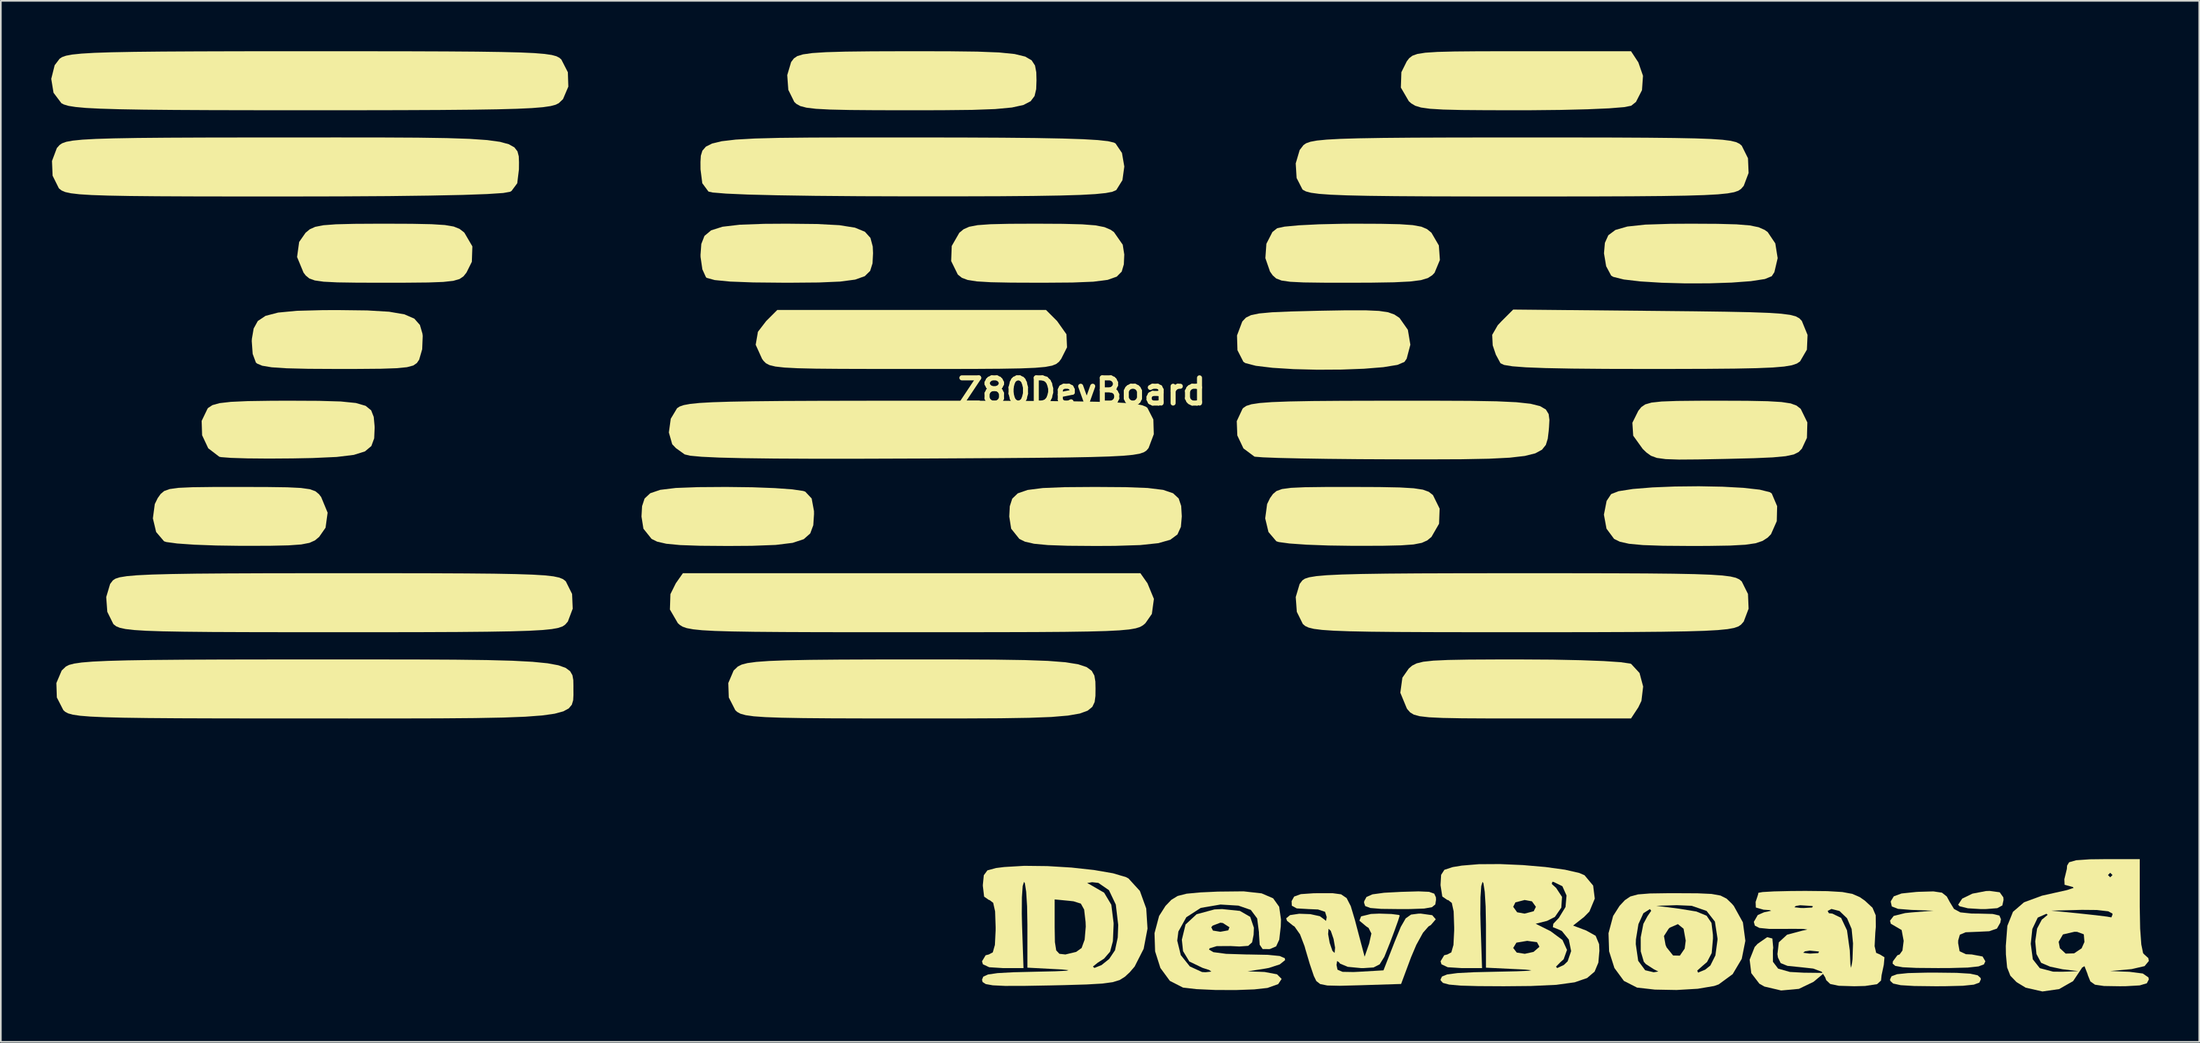
<source format=kicad_pcb>
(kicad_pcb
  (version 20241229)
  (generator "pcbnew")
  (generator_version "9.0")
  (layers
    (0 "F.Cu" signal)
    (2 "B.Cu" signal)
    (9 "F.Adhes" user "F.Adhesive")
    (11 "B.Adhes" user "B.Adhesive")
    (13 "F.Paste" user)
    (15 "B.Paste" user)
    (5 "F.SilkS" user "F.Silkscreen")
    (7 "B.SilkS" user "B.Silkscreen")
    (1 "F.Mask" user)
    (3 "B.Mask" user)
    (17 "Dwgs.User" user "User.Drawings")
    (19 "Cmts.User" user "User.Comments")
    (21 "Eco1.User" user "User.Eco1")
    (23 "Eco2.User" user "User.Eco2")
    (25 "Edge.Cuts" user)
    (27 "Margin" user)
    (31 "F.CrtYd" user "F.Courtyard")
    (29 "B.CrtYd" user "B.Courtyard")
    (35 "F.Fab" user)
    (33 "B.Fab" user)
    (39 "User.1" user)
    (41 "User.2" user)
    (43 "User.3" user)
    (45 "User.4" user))
  (footprint "Z80DevBoard"
    (layer "F.Cu")
    (at 61.341 20.266)
    (property "Reference" "Z80DevBoard" (at 0 0 0) (layer "F.SilkS") (effects (font (size 1.5 1.5) (thickness 0.3))))
    (attr board_only exclude_from_pos_files exclude_from_bom)
    (fp_poly (pts (xy 54.626 29.804) (xy 54.842 30.108) (xy 54.853 30.264) (xy 54.782 30.588) (xy 54.48 30.75) (xy 53.815 30.802) (xy 53.502 30.804) (xy 52.731 30.757) (xy 52.242 30.637) (xy 52.151 30.544) (xy 52.393 30.181) (xy 53.002 29.885) (xy 53.808 29.731) (xy 54.025 29.723)) (stroke (width 0) (type solid)) (fill yes) (layer "F.SilkS"))
    (fp_poly (pts (xy 41.095 32.555) (xy 41.145 33.107) (xy 41.126 33.266) (xy 41.13 33.943) (xy 41.439 34.35) (xy 42.137 34.547) (xy 42.964 34.592) (xy 44.18 34.605) (xy 43.542 35.137) (xy 42.674 35.554) (xy 41.616 35.65) (xy 40.62 35.416) (xy 40.322 35.247) (xy 39.84 34.619) (xy 39.742 33.819) (xy 40.04 33.065) (xy 40.215 32.873) (xy 40.785 32.477)) (stroke (width 0) (type solid)) (fill yes) (layer "F.SilkS"))
    (fp_poly (pts (xy 20.663 29.777) (xy 20.97 29.886) (xy 21.069 30.101) (xy 21.077 30.252) (xy 21.034 30.526) (xy 20.835 30.691) (xy 20.371 30.773) (xy 19.533 30.802) (xy 18.895 30.804) (xy 17.812 30.792) (xy 17.167 30.739) (xy 16.861 30.624) (xy 16.792 30.422) (xy 16.804 30.331) (xy 16.937 30.084) (xy 17.294 29.927) (xy 17.984 29.833) (xy 18.985 29.78) (xy 20.038 29.75)) (stroke (width 0) (type solid)) (fill yes) (layer "F.SilkS"))
    (fp_poly (pts (xy 52.06 34.601) (xy 52.869 34.65) (xy 53.316 34.748) (xy 53.489 34.908) (xy 53.502 34.993) (xy 53.413 35.182) (xy 53.086 35.303) (xy 52.432 35.37) (xy 51.362 35.396) (xy 50.8 35.398) (xy 49.54 35.384) (xy 48.731 35.335) (xy 48.284 35.237) (xy 48.111 35.077) (xy 48.098 34.993) (xy 48.187 34.804) (xy 48.514 34.682) (xy 49.168 34.615) (xy 50.238 34.589) (xy 50.8 34.587)) (stroke (width 0) (type solid)) (fill yes) (layer "F.SilkS"))
    (fp_poly (pts (xy -19.628 5.692) (xy -18.282 5.742) (xy -17.237 5.817) (xy -16.591 5.911) (xy -16.465 5.954) (xy -16.083 6.36) (xy -15.945 7.11) (xy -15.943 7.29) (xy -15.987 7.953) (xy -16.168 8.441) (xy -16.554 8.783) (xy -17.216 9.002) (xy -18.224 9.125) (xy -19.647 9.178) (xy -21.077 9.187) (xy -22.721 9.175) (xy -23.912 9.134) (xy -24.736 9.055) (xy -25.28 8.93) (xy -25.61 8.767) (xy -26.097 8.159) (xy -26.211 7.435) (xy -26.177 6.817) (xy -26.027 6.363) (xy -25.691 6.048) (xy -25.096 5.846) (xy -24.172 5.734) (xy -22.845 5.685) (xy -21.175 5.674)) (stroke (width 0) (type solid)) (fill yes) (layer "F.SilkS"))
    (fp_poly (pts (xy 38.123 5.659) (xy 39.365 5.726) (xy 40.343 5.835) (xy 40.944 5.985) (xy 41.057 6.061) (xy 41.379 6.818) (xy 41.357 7.71) (xy 41.013 8.488) (xy 40.815 8.691) (xy 40.508 8.888) (xy 40.095 9.026) (xy 39.481 9.114) (xy 38.572 9.164) (xy 37.275 9.184) (xy 36.239 9.187) (xy 34.589 9.175) (xy 33.392 9.134) (xy 32.564 9.057) (xy 32.016 8.934) (xy 31.675 8.767) (xy 31.223 8.158) (xy 31.069 7.325) (xy 31.23 6.504) (xy 31.499 6.099) (xy 31.937 5.928) (xy 32.792 5.795) (xy 33.952 5.701) (xy 35.303 5.647) (xy 36.731 5.633)) (stroke (width 0) (type solid)) (fill yes) (layer "F.SilkS"))
    (fp_poly (pts (xy -15.765 -9.98) (xy -14.437 -9.91) (xy -13.51 -9.764) (xy -12.916 -9.52) (xy -12.585 -9.153) (xy -12.448 -8.64) (xy -12.43 -8.245) (xy -12.461 -7.638) (xy -12.602 -7.189) (xy -12.923 -6.874) (xy -13.495 -6.67) (xy -14.387 -6.553) (xy -15.67 -6.499) (xy -17.414 -6.485) (xy -17.664 -6.485) (xy -19.558 -6.502) (xy -20.944 -6.554) (xy -21.855 -6.643) (xy -22.323 -6.772) (xy -22.374 -6.809) (xy -22.588 -7.28) (xy -22.695 -8.014) (xy -22.698 -8.145) (xy -22.651 -8.793) (xy -22.464 -9.271) (xy -22.066 -9.604) (xy -21.389 -9.818) (xy -20.362 -9.938) (xy -18.915 -9.99) (xy -17.564 -9.998)) (stroke (width 0) (type solid)) (fill yes) (layer "F.SilkS"))
    (fp_poly (pts (xy -1.474 -4.201) (xy -0.919 -3.416) (xy -0.885 -2.638) (xy -1.231 -1.952) (xy -1.358 -1.784) (xy -1.519 -1.652) (xy -1.771 -1.549) (xy -2.173 -1.473) (xy -2.783 -1.419) (xy -3.661 -1.384) (xy -4.864 -1.364) (xy -6.451 -1.354) (xy -8.48 -1.351) (xy -10.133 -1.351) (xy -12.495 -1.352) (xy -14.375 -1.357) (xy -15.831 -1.369) (xy -16.922 -1.394) (xy -17.707 -1.435) (xy -18.243 -1.495) (xy -18.59 -1.579) (xy -18.806 -1.691) (xy -18.95 -1.835) (xy -19.035 -1.952) (xy -19.415 -2.791) (xy -19.282 -3.563) (xy -18.792 -4.201) (xy -18.129 -4.864) (xy -10.133 -4.864) (xy -2.137 -4.864)) (stroke (width 0) (type solid)) (fill yes) (layer "F.SilkS"))
    (fp_poly (pts (xy 2.597 5.686) (xy 3.915 5.735) (xy 4.834 5.848) (xy 5.425 6.048) (xy 5.76 6.359) (xy 5.91 6.807) (xy 5.945 7.414) (xy 5.945 7.435) (xy 5.892 8.049) (xy 5.687 8.502) (xy 5.261 8.818) (xy 4.545 9.021) (xy 3.469 9.134) (xy 1.965 9.181) (xy 0.811 9.187) (xy -0.834 9.175) (xy -2.024 9.134) (xy -2.849 9.055) (xy -3.392 8.93) (xy -3.723 8.767) (xy -4.209 8.159) (xy -4.323 7.435) (xy -4.291 6.822) (xy -4.146 6.371) (xy -3.817 6.055) (xy -3.234 5.853) (xy -2.326 5.738) (xy -1.021 5.686) (xy 0.751 5.674) (xy 0.811 5.674)) (stroke (width 0) (type solid)) (fill yes) (layer "F.SilkS"))
    (fp_poly (pts (xy 37.823 -9.99) (xy 38.96 -9.96) (xy 39.745 -9.896) (xy 40.271 -9.79) (xy 40.633 -9.631) (xy 40.815 -9.502) (xy 41.269 -8.827) (xy 41.41 -7.947) (xy 41.214 -7.113) (xy 41.057 -6.872) (xy 40.649 -6.704) (xy 39.816 -6.577) (xy 38.672 -6.493) (xy 37.33 -6.449) (xy 35.903 -6.446) (xy 34.506 -6.484) (xy 33.252 -6.561) (xy 32.254 -6.677) (xy 31.626 -6.833) (xy 31.499 -6.91) (xy 31.202 -7.468) (xy 31.075 -8.226) (xy 31.074 -8.245) (xy 31.127 -8.858) (xy 31.33 -9.31) (xy 31.753 -9.626) (xy 32.464 -9.83) (xy 33.533 -9.944) (xy 35.029 -9.991) (xy 36.239 -9.998)) (stroke (width 0) (type solid)) (fill yes) (layer "F.SilkS"))
    (fp_poly (pts (xy -45.404 0.548) (xy -44.109 0.585) (xy -43.209 0.676) (xy -42.631 0.844) (xy -42.301 1.111) (xy -42.148 1.502) (xy -42.098 2.039) (xy -42.094 2.159) (xy -42.121 2.781) (xy -42.289 3.238) (xy -42.67 3.558) (xy -43.334 3.765) (xy -44.352 3.888) (xy -45.794 3.952) (xy -46.958 3.974) (xy -48.396 3.984) (xy -49.66 3.973) (xy -50.642 3.943) (xy -51.235 3.898) (xy -51.34 3.875) (xy -51.997 3.372) (xy -52.362 2.595) (xy -52.389 1.741) (xy -52.035 1.006) (xy -51.997 0.965) (xy -51.748 0.802) (xy -51.327 0.685) (xy -50.653 0.608) (xy -49.646 0.563) (xy -48.225 0.543) (xy -47.166 0.54)) (stroke (width 0) (type solid)) (fill yes) (layer "F.SilkS"))
    (fp_poly (pts (xy -42.539 -4.835) (xy -41.231 -4.758) (xy -40.32 -4.602) (xy -39.733 -4.347) (xy -39.4 -3.971) (xy -39.248 -3.452) (xy -39.232 -3.316) (xy -39.264 -2.522) (xy -39.444 -1.904) (xy -39.582 -1.701) (xy -39.797 -1.555) (xy -40.172 -1.456) (xy -40.786 -1.396) (xy -41.722 -1.364) (xy -43.06 -1.353) (xy -44.291 -1.351) (xy -46.046 -1.36) (xy -47.332 -1.391) (xy -48.221 -1.45) (xy -48.785 -1.543) (xy -49.095 -1.674) (xy -49.163 -1.738) (xy -49.353 -2.249) (xy -49.407 -3.008) (xy -49.399 -3.15) (xy -49.294 -3.759) (xy -49.048 -4.205) (xy -48.587 -4.513) (xy -47.839 -4.707) (xy -46.73 -4.812) (xy -45.187 -4.852) (xy -44.315 -4.856)) (stroke (width 0) (type solid)) (fill yes) (layer "F.SilkS"))
    (fp_poly (pts (xy 16.878 -4.842) (xy 17.683 -4.806) (xy 18.224 -4.726) (xy 18.595 -4.593) (xy 18.888 -4.4) (xy 18.907 -4.384) (xy 19.4 -3.682) (xy 19.549 -2.796) (xy 19.33 -1.963) (xy 19.197 -1.771) (xy 18.781 -1.593) (xy 17.94 -1.457) (xy 16.788 -1.364) (xy 15.44 -1.314) (xy 14.008 -1.306) (xy 12.607 -1.341) (xy 11.352 -1.419) (xy 10.355 -1.538) (xy 9.73 -1.7) (xy 9.612 -1.776) (xy 9.258 -2.468) (xy 9.232 -3.345) (xy 9.539 -4.159) (xy 9.57 -4.204) (xy 9.764 -4.407) (xy 10.061 -4.553) (xy 10.549 -4.655) (xy 11.312 -4.725) (xy 12.438 -4.773) (xy 14.014 -4.813) (xy 14.111 -4.815) (xy 15.719 -4.842)) (stroke (width 0) (type solid)) (fill yes) (layer "F.SilkS"))
    (fp_poly (pts (xy 28.002 15.954) (xy 29.682 15.988) (xy 31.062 16.039) (xy 32.068 16.107) (xy 32.626 16.187) (xy 32.692 16.211) (xy 33.189 16.75) (xy 33.404 17.555) (xy 33.302 18.409) (xy 33.119 18.791) (xy 32.683 19.455) (xy 26.22 19.455) (xy 24.188 19.454) (xy 22.629 19.446) (xy 21.475 19.425) (xy 20.656 19.386) (xy 20.106 19.323) (xy 19.757 19.229) (xy 19.539 19.098) (xy 19.386 18.926) (xy 19.336 18.855) (xy 18.952 17.925) (xy 19.074 17.03) (xy 19.455 16.483) (xy 19.659 16.308) (xy 19.923 16.176) (xy 20.319 16.079) (xy 20.918 16.014) (xy 21.792 15.974) (xy 23.012 15.952) (xy 24.651 15.944) (xy 26.093 15.943)) (stroke (width 0) (type solid)) (fill yes) (layer "F.SilkS"))
    (fp_poly (pts (xy 33.119 -19.601) (xy 33.395 -18.804) (xy 33.335 -17.948) (xy 32.976 -17.247) (xy 32.692 -17.021) (xy 32.269 -16.938) (xy 31.38 -16.867) (xy 30.096 -16.811) (xy 28.492 -16.772) (xy 26.639 -16.754) (xy 26.093 -16.753) (xy 24.117 -16.756) (xy 22.61 -16.767) (xy 21.5 -16.794) (xy 20.715 -16.841) (xy 20.184 -16.915) (xy 19.835 -17.021) (xy 19.596 -17.166) (xy 19.455 -17.294) (xy 18.984 -18.103) (xy 19.015 -19.02) (xy 19.336 -19.665) (xy 19.482 -19.854) (xy 19.67 -19.998) (xy 19.965 -20.104) (xy 20.438 -20.178) (xy 21.155 -20.225) (xy 22.185 -20.251) (xy 23.596 -20.263) (xy 25.456 -20.266) (xy 26.22 -20.266) (xy 32.683 -20.266)) (stroke (width 0) (type solid)) (fill yes) (layer "F.SilkS"))
    (fp_poly (pts (xy -48.488 5.678) (xy -47.299 5.694) (xy -46.481 5.734) (xy -45.95 5.809) (xy -45.62 5.928) (xy -45.409 6.102) (xy -45.276 6.275) (xy -44.892 7.204) (xy -45.015 8.1) (xy -45.396 8.647) (xy -45.646 8.855) (xy -45.972 9.002) (xy -46.464 9.097) (xy -47.214 9.151) (xy -48.313 9.175) (xy -49.85 9.179) (xy -50.057 9.179) (xy -51.525 9.159) (xy -52.824 9.111) (xy -53.847 9.04) (xy -54.489 8.953) (xy -54.629 8.907) (xy -55.098 8.356) (xy -55.292 7.544) (xy -55.179 6.694) (xy -55.006 6.339) (xy -54.831 6.093) (xy -54.622 5.917) (xy -54.293 5.799) (xy -53.762 5.727) (xy -52.942 5.69) (xy -51.749 5.676) (xy -50.134 5.674)) (stroke (width 0) (type solid)) (fill yes) (layer "F.SilkS"))
    (fp_poly (pts (xy -1.137 -9.99) (xy 0.012 -9.961) (xy 0.806 -9.9) (xy 1.339 -9.796) (xy 1.705 -9.641) (xy 1.907 -9.5) (xy 2.431 -8.747) (xy 2.522 -8.163) (xy 2.496 -7.577) (xy 2.37 -7.146) (xy 2.073 -6.846) (xy 1.532 -6.654) (xy 0.677 -6.546) (xy -0.565 -6.497) (xy -2.265 -6.485) (xy -2.558 -6.485) (xy -4.215 -6.491) (xy -5.417 -6.514) (xy -6.248 -6.563) (xy -6.793 -6.647) (xy -7.137 -6.774) (xy -7.365 -6.954) (xy -7.389 -6.979) (xy -7.781 -7.775) (xy -7.746 -8.674) (xy -7.296 -9.457) (xy -7.042 -9.668) (xy -6.709 -9.816) (xy -6.206 -9.912) (xy -5.441 -9.967) (xy -4.32 -9.992) (xy -2.752 -9.998) (xy -2.732 -9.998)) (stroke (width 0) (type solid)) (fill yes) (layer "F.SilkS"))
    (fp_poly (pts (xy 17.705 5.68) (xy 18.911 5.703) (xy 19.747 5.752) (xy 20.296 5.835) (xy 20.642 5.961) (xy 20.871 6.138) (xy 20.9 6.169) (xy 21.291 6.964) (xy 21.257 7.864) (xy 20.806 8.647) (xy 20.556 8.855) (xy 20.23 9.002) (xy 19.738 9.097) (xy 18.988 9.151) (xy 17.889 9.175) (xy 16.352 9.179) (xy 16.145 9.179) (xy 14.677 9.159) (xy 13.378 9.111) (xy 12.355 9.04) (xy 11.714 8.953) (xy 11.573 8.907) (xy 11.104 8.356) (xy 10.91 7.544) (xy 11.023 6.694) (xy 11.196 6.339) (xy 11.372 6.093) (xy 11.582 5.916) (xy 11.911 5.798) (xy 12.445 5.727) (xy 13.268 5.69) (xy 14.465 5.676) (xy 16.042 5.674)) (stroke (width 0) (type solid)) (fill yes) (layer "F.SilkS"))
    (fp_poly (pts (xy 17.778 -9.992) (xy 18.913 -9.968) (xy 19.69 -9.914) (xy 20.201 -9.821) (xy 20.539 -9.677) (xy 20.793 -9.471) (xy 20.806 -9.457) (xy 21.244 -8.705) (xy 21.307 -7.839) (xy 20.991 -7.079) (xy 20.853 -6.932) (xy 20.587 -6.761) (xy 20.175 -6.638) (xy 19.532 -6.557) (xy 18.574 -6.51) (xy 17.218 -6.489) (xy 15.995 -6.485) (xy 14.37 -6.487) (xy 13.199 -6.502) (xy 12.398 -6.541) (xy 11.881 -6.615) (xy 11.563 -6.738) (xy 11.358 -6.92) (xy 11.196 -7.15) (xy 10.92 -7.947) (xy 10.98 -8.803) (xy 11.339 -9.504) (xy 11.623 -9.73) (xy 12.061 -9.824) (xy 12.93 -9.904) (xy 14.121 -9.963) (xy 15.526 -9.994) (xy 16.195 -9.998)) (stroke (width 0) (type solid)) (fill yes) (layer "F.SilkS"))
    (fp_poly (pts (xy -39.87 -9.992) (xy -38.712 -9.969) (xy -37.915 -9.919) (xy -37.389 -9.83) (xy -37.043 -9.692) (xy -36.788 -9.496) (xy -36.749 -9.457) (xy -36.277 -8.648) (xy -36.308 -7.731) (xy -36.629 -7.086) (xy -36.808 -6.863) (xy -37.042 -6.704) (xy -37.414 -6.597) (xy -38.009 -6.532) (xy -38.913 -6.499) (xy -40.209 -6.487) (xy -41.478 -6.485) (xy -43.121 -6.488) (xy -44.308 -6.505) (xy -45.125 -6.545) (xy -45.655 -6.62) (xy -45.983 -6.739) (xy -46.195 -6.914) (xy -46.326 -7.086) (xy -46.71 -8.015) (xy -46.587 -8.91) (xy -46.206 -9.457) (xy -45.958 -9.664) (xy -45.633 -9.811) (xy -45.142 -9.907) (xy -44.396 -9.963) (xy -43.303 -9.99) (xy -41.775 -9.998) (xy -41.478 -9.998)) (stroke (width 0) (type solid)) (fill yes) (layer "F.SilkS"))
    (fp_poly (pts (xy 3.903 11.409) (xy 4.286 12.338) (xy 4.164 13.234) (xy 3.783 13.781) (xy 3.645 13.903) (xy 3.468 14.006) (xy 3.205 14.09) (xy 2.81 14.158) (xy 2.236 14.211) (xy 1.438 14.251) (xy 0.37 14.28) (xy -1.015 14.3) (xy -2.763 14.312) (xy -4.92 14.318) (xy -7.532 14.321) (xy -10.133 14.321) (xy -13.166 14.321) (xy -15.706 14.318) (xy -17.797 14.31) (xy -19.486 14.297) (xy -20.819 14.276) (xy -21.843 14.246) (xy -22.604 14.204) (xy -23.147 14.148) (xy -23.519 14.078) (xy -23.766 13.991) (xy -23.934 13.886) (xy -24.049 13.781) (xy -24.52 12.971) (xy -24.49 12.055) (xy -24.169 11.409) (xy -23.748 10.809) (xy -10.133 10.809) (xy 3.482 10.809)) (stroke (width 0) (type solid)) (fill yes) (layer "F.SilkS"))
    (fp_poly (pts (xy 39.599 0.546) (xy 40.804 0.569) (xy 41.638 0.618) (xy 42.186 0.701) (xy 42.531 0.828) (xy 42.76 1.006) (xy 42.787 1.035) (xy 43.177 1.832) (xy 43.151 2.753) (xy 42.851 3.394) (xy 42.658 3.595) (xy 42.363 3.741) (xy 41.879 3.843) (xy 41.121 3.913) (xy 40.002 3.962) (xy 38.436 4.001) (xy 38.264 4.005) (xy 36.672 4.035) (xy 35.529 4.043) (xy 34.742 4.016) (xy 34.219 3.945) (xy 33.869 3.817) (xy 33.599 3.622) (xy 33.378 3.409) (xy 32.812 2.621) (xy 32.763 1.851) (xy 33.116 1.141) (xy 33.296 0.918) (xy 33.53 0.758) (xy 33.904 0.651) (xy 34.502 0.587) (xy 35.409 0.554) (xy 36.71 0.542) (xy 37.938 0.54)) (stroke (width 0) (type solid)) (fill yes) (layer "F.SilkS"))
    (fp_poly (pts (xy -7.939 -20.263) (xy -6.225 -20.243) (xy -4.933 -20.193) (xy -4.003 -20.1) (xy -3.376 -19.948) (xy -2.991 -19.725) (xy -2.791 -19.417) (xy -2.714 -19.009) (xy -2.702 -18.532) (xy -2.721 -18.008) (xy -2.818 -17.598) (xy -3.051 -17.289) (xy -3.48 -17.066) (xy -4.165 -16.916) (xy -5.164 -16.823) (xy -6.536 -16.774) (xy -8.341 -16.756) (xy -10.18 -16.753) (xy -12.232 -16.756) (xy -13.812 -16.768) (xy -14.987 -16.794) (xy -15.825 -16.838) (xy -16.394 -16.906) (xy -16.761 -17.002) (xy -16.994 -17.132) (xy -17.117 -17.247) (xy -17.473 -17.967) (xy -17.537 -18.844) (xy -17.305 -19.624) (xy -17.139 -19.841) (xy -16.938 -19.977) (xy -16.594 -20.08) (xy -16.043 -20.157) (xy -15.221 -20.21) (xy -14.063 -20.243) (xy -12.503 -20.26) (xy -10.478 -20.266) (xy -10.133 -20.266)) (stroke (width 0) (type solid)) (fill yes) (layer "F.SilkS"))
    (fp_poly (pts (xy 34.068 -4.807) (xy 36.424 -4.784) (xy 38.299 -4.759) (xy 39.75 -4.73) (xy 40.836 -4.691) (xy 41.616 -4.64) (xy 42.147 -4.571) (xy 42.489 -4.481) (xy 42.699 -4.367) (xy 42.837 -4.223) (xy 42.851 -4.204) (xy 43.189 -3.377) (xy 43.15 -2.5) (xy 42.743 -1.801) (xy 42.74 -1.798) (xy 42.552 -1.672) (xy 42.257 -1.572) (xy 41.797 -1.495) (xy 41.116 -1.438) (xy 40.154 -1.398) (xy 38.855 -1.372) (xy 37.161 -1.358) (xy 35.014 -1.352) (xy 33.721 -1.351) (xy 31.199 -1.356) (xy 29.172 -1.373) (xy 27.597 -1.403) (xy 26.428 -1.448) (xy 25.622 -1.509) (xy 25.132 -1.589) (xy 24.916 -1.689) (xy 24.914 -1.69) (xy 24.637 -2.202) (xy 24.45 -2.758) (xy 24.42 -3.382) (xy 24.75 -3.954) (xy 24.968 -4.186) (xy 25.668 -4.886)) (stroke (width 0) (type solid)) (fill yes) (layer "F.SilkS"))
    (fp_poly (pts (xy 21.117 0.541) (xy 23.114 0.549) (xy 24.676 0.575) (xy 25.854 0.629) (xy 26.702 0.721) (xy 27.27 0.862) (xy 27.612 1.062) (xy 27.779 1.332) (xy 27.825 1.681) (xy 27.801 2.119) (xy 27.782 2.339) (xy 27.727 2.8) (xy 27.613 3.169) (xy 27.383 3.457) (xy 26.983 3.673) (xy 26.36 3.828) (xy 25.458 3.931) (xy 24.223 3.993) (xy 22.6 4.023) (xy 20.536 4.031) (xy 18.51 4.028) (xy 16.49 4.019) (xy 14.635 4.001) (xy 13.017 3.976) (xy 11.708 3.946) (xy 10.78 3.911) (xy 10.305 3.874) (xy 10.268 3.866) (xy 9.615 3.379) (xy 9.25 2.609) (xy 9.217 1.755) (xy 9.562 1.017) (xy 9.612 0.965) (xy 9.79 0.846) (xy 10.095 0.75) (xy 10.585 0.677) (xy 11.316 0.622) (xy 12.343 0.584) (xy 13.722 0.559) (xy 15.512 0.546) (xy 17.766 0.541) (xy 18.631 0.54)) (stroke (width 0) (type solid)) (fill yes) (layer "F.SilkS"))
    (fp_poly (pts (xy -11.051 -15.132) (xy -10.165 -15.132) (xy -7.205 -15.129) (xy -4.744 -15.118) (xy -2.739 -15.099) (xy -1.149 -15.069) (xy 0.068 -15.029) (xy 0.954 -14.977) (xy 1.55 -14.911) (xy 1.899 -14.83) (xy 2 -14.779) (xy 2.385 -14.21) (xy 2.524 -13.402) (xy 2.413 -12.59) (xy 2.051 -12.01) (xy 2.029 -11.993) (xy 1.815 -11.9) (xy 1.419 -11.823) (xy 0.798 -11.761) (xy -0.094 -11.712) (xy -1.303 -11.676) (xy -2.872 -11.651) (xy -4.848 -11.635) (xy -7.274 -11.628) (xy -10.117 -11.627) (xy -13.203 -11.636) (xy -15.874 -11.657) (xy -18.109 -11.69) (xy -19.884 -11.734) (xy -21.179 -11.79) (xy -21.972 -11.855) (xy -22.225 -11.911) (xy -22.593 -12.408) (xy -22.698 -13.235) (xy -22.701 -13.678) (xy -22.679 -14.046) (xy -22.587 -14.346) (xy -22.379 -14.586) (xy -22.009 -14.771) (xy -21.432 -14.909) (xy -20.601 -15.006) (xy -19.472 -15.07) (xy -17.998 -15.108) (xy -16.133 -15.126) (xy -13.833 -15.132)) (stroke (width 0) (type solid)) (fill yes) (layer "F.SilkS"))
    (fp_poly (pts (xy -7.416 15.944) (xy -5.191 15.954) (xy -3.409 15.98) (xy -2.019 16.029) (xy -0.974 16.11) (xy -0.225 16.23) (xy 0.279 16.397) (xy 0.585 16.619) (xy 0.743 16.904) (xy 0.802 17.258) (xy 0.811 17.672) (xy 0.806 18.114) (xy 0.759 18.476) (xy 0.621 18.766) (xy 0.342 18.993) (xy -0.125 19.163) (xy -0.83 19.285) (xy -1.822 19.368) (xy -3.15 19.418) (xy -4.862 19.444) (xy -7.008 19.454) (xy -9.636 19.455) (xy -10.18 19.455) (xy -12.778 19.454) (xy -14.889 19.448) (xy -16.566 19.435) (xy -17.864 19.412) (xy -18.834 19.377) (xy -19.531 19.328) (xy -20.008 19.261) (xy -20.319 19.175) (xy -20.516 19.067) (xy -20.629 18.961) (xy -21.016 18.206) (xy -21.045 17.347) (xy -20.727 16.602) (xy -20.476 16.363) (xy -20.254 16.251) (xy -19.907 16.16) (xy -19.38 16.089) (xy -18.621 16.034) (xy -17.576 15.995) (xy -16.192 15.968) (xy -14.416 15.952) (xy -12.194 15.944) (xy -10.133 15.943)) (stroke (width 0) (type solid)) (fill yes) (layer "F.SilkS"))
    (fp_poly (pts (xy -41.668 -15.131) (xy -39.527 -15.12) (xy -37.797 -15.095) (xy -36.433 -15.049) (xy -35.392 -14.977) (xy -34.631 -14.872) (xy -34.107 -14.729) (xy -33.775 -14.542) (xy -33.592 -14.304) (xy -33.516 -14.009) (xy -33.502 -13.653) (xy -33.506 -13.231) (xy -33.607 -12.405) (xy -33.945 -11.949) (xy -34.029 -11.899) (xy -34.443 -11.826) (xy -35.385 -11.764) (xy -36.843 -11.712) (xy -38.804 -11.672) (xy -41.256 -11.642) (xy -44.187 -11.625) (xy -47.498 -11.619) (xy -50.485 -11.62) (xy -52.978 -11.624) (xy -55.023 -11.633) (xy -56.668 -11.648) (xy -57.958 -11.672) (xy -58.94 -11.705) (xy -59.661 -11.75) (xy -60.167 -11.809) (xy -60.505 -11.882) (xy -60.72 -11.973) (xy -60.861 -12.081) (xy -60.891 -12.113) (xy -61.26 -12.855) (xy -61.297 -13.732) (xy -61.008 -14.5) (xy -60.844 -14.685) (xy -60.689 -14.788) (xy -60.442 -14.875) (xy -60.056 -14.945) (xy -59.487 -15.002) (xy -58.687 -15.046) (xy -57.61 -15.079) (xy -56.212 -15.103) (xy -54.445 -15.118) (xy -52.263 -15.127) (xy -49.622 -15.131) (xy -47.353 -15.132) (xy -44.262 -15.133)) (stroke (width 0) (type solid)) (fill yes) (layer "F.SilkS"))
    (fp_poly (pts (xy -6.976 0.542) (xy -4.384 0.547) (xy -2.244 0.558) (xy -0.512 0.576) (xy 0.857 0.601) (xy 1.908 0.636) (xy 2.683 0.682) (xy 3.229 0.739) (xy 3.589 0.81) (xy 3.807 0.896) (xy 3.899 0.965) (xy 4.253 1.657) (xy 4.279 2.534) (xy 3.972 3.349) (xy 3.94 3.394) (xy 3.835 3.513) (xy 3.678 3.613) (xy 3.425 3.696) (xy 3.029 3.763) (xy 2.444 3.817) (xy 1.625 3.86) (xy 0.527 3.893) (xy -0.897 3.919) (xy -2.692 3.939) (xy -4.904 3.956) (xy -7.578 3.971) (xy -9.773 3.982) (xy -13.108 3.993) (xy -15.93 3.994) (xy -18.267 3.983) (xy -20.146 3.96) (xy -21.595 3.925) (xy -22.642 3.876) (xy -23.313 3.814) (xy -23.637 3.738) (xy -23.644 3.734) (xy -24.162 3.363) (xy -24.383 3.131) (xy -24.582 2.431) (xy -24.47 1.615) (xy -24.095 0.988) (xy -23.943 0.886) (xy -23.699 0.801) (xy -23.32 0.731) (xy -22.76 0.674) (xy -21.973 0.63) (xy -20.915 0.597) (xy -19.541 0.573) (xy -17.806 0.556) (xy -15.664 0.547) (xy -13.07 0.542) (xy -10.063 0.54)) (stroke (width 0) (type solid)) (fill yes) (layer "F.SilkS"))
    (fp_poly (pts (xy 29.197 -15.131) (xy 31.644 -15.127) (xy 33.644 -15.117) (xy 35.246 -15.101) (xy 36.497 -15.077) (xy 37.443 -15.042) (xy 38.132 -14.995) (xy 38.611 -14.934) (xy 38.928 -14.857) (xy 39.13 -14.762) (xy 39.264 -14.649) (xy 39.274 -14.638) (xy 39.643 -13.896) (xy 39.68 -13.019) (xy 39.39 -12.251) (xy 39.227 -12.066) (xy 39.07 -11.961) (xy 38.819 -11.874) (xy 38.429 -11.803) (xy 37.852 -11.746) (xy 37.041 -11.702) (xy 35.951 -11.669) (xy 34.533 -11.646) (xy 32.741 -11.631) (xy 30.528 -11.623) (xy 27.847 -11.62) (xy 26.141 -11.619) (xy 23.17 -11.621) (xy 20.694 -11.627) (xy 18.666 -11.639) (xy 17.04 -11.658) (xy 15.771 -11.686) (xy 14.812 -11.725) (xy 14.117 -11.775) (xy 13.641 -11.839) (xy 13.337 -11.918) (xy 13.159 -12.013) (xy 13.125 -12.044) (xy 12.779 -12.72) (xy 12.726 -13.587) (xy 12.961 -14.384) (xy 13.194 -14.685) (xy 13.352 -14.79) (xy 13.602 -14.877) (xy 13.993 -14.949) (xy 14.57 -15.005) (xy 15.381 -15.049) (xy 16.473 -15.082) (xy 17.892 -15.105) (xy 19.686 -15.12) (xy 21.9 -15.128) (xy 24.583 -15.132) (xy 26.258 -15.132)) (stroke (width 0) (type solid)) (fill yes) (layer "F.SilkS"))
    (fp_poly (pts (xy -42.719 -20.265) (xy -40.046 -20.262) (xy -37.825 -20.254) (xy -36.013 -20.241) (xy -34.566 -20.221) (xy -33.441 -20.193) (xy -32.592 -20.155) (xy -31.978 -20.105) (xy -31.552 -20.043) (xy -31.273 -19.967) (xy -31.095 -19.874) (xy -30.981 -19.772) (xy -30.594 -19.017) (xy -30.566 -18.158) (xy -30.883 -17.413) (xy -31.135 -17.174) (xy -31.322 -17.08) (xy -31.621 -17.001) (xy -32.075 -16.935) (xy -32.729 -16.882) (xy -33.625 -16.84) (xy -34.808 -16.808) (xy -36.321 -16.785) (xy -38.208 -16.769) (xy -40.512 -16.759) (xy -43.277 -16.754) (xy -45.936 -16.753) (xy -49.114 -16.755) (xy -51.795 -16.76) (xy -54.023 -16.771) (xy -55.841 -16.788) (xy -57.293 -16.813) (xy -58.423 -16.847) (xy -59.274 -16.89) (xy -59.89 -16.946) (xy -60.314 -17.013) (xy -60.59 -17.095) (xy -60.738 -17.174) (xy -61.205 -17.794) (xy -61.341 -18.622) (xy -61.138 -19.432) (xy -60.844 -19.819) (xy -60.696 -19.917) (xy -60.459 -20) (xy -60.089 -20.069) (xy -59.543 -20.125) (xy -58.777 -20.17) (xy -57.748 -20.204) (xy -56.412 -20.229) (xy -54.726 -20.246) (xy -52.646 -20.257) (xy -50.129 -20.264) (xy -47.131 -20.266) (xy -45.889 -20.266)) (stroke (width 0) (type solid)) (fill yes) (layer "F.SilkS"))
    (fp_poly (pts (xy -41.203 10.809) (xy -38.698 10.813) (xy -36.641 10.822) (xy -34.986 10.837) (xy -33.685 10.861) (xy -32.694 10.894) (xy -31.964 10.938) (xy -31.451 10.996) (xy -31.108 11.069) (xy -30.889 11.158) (xy -30.746 11.266) (xy -30.711 11.303) (xy -30.342 12.044) (xy -30.305 12.922) (xy -30.595 13.689) (xy -30.758 13.874) (xy -30.913 13.978) (xy -31.161 14.064) (xy -31.546 14.135) (xy -32.117 14.192) (xy -32.917 14.236) (xy -33.994 14.269) (xy -35.394 14.292) (xy -37.162 14.308) (xy -39.345 14.317) (xy -41.989 14.321) (xy -44.227 14.321) (xy -47.217 14.32) (xy -49.714 14.316) (xy -51.762 14.308) (xy -53.41 14.292) (xy -54.703 14.269) (xy -55.688 14.236) (xy -56.412 14.191) (xy -56.92 14.132) (xy -57.259 14.059) (xy -57.476 13.969) (xy -57.617 13.861) (xy -57.649 13.827) (xy -58.005 13.108) (xy -58.069 12.23) (xy -57.837 11.45) (xy -57.671 11.233) (xy -57.523 11.135) (xy -57.263 11.052) (xy -56.846 10.985) (xy -56.227 10.931) (xy -55.361 10.889) (xy -54.201 10.858) (xy -52.704 10.835) (xy -50.824 10.821) (xy -48.516 10.812) (xy -45.735 10.809) (xy -44.202 10.809)) (stroke (width 0) (type solid)) (fill yes) (layer "F.SilkS"))
    (fp_poly (pts (xy 29.136 10.81) (xy 31.592 10.814) (xy 33.6 10.823) (xy 35.21 10.839) (xy 36.468 10.863) (xy 37.421 10.898) (xy 38.116 10.944) (xy 38.6 11.005) (xy 38.921 11.081) (xy 39.125 11.175) (xy 39.26 11.288) (xy 39.274 11.303) (xy 39.643 12.044) (xy 39.68 12.922) (xy 39.39 13.689) (xy 39.227 13.874) (xy 39.07 13.979) (xy 38.819 14.067) (xy 38.428 14.138) (xy 37.851 14.195) (xy 37.04 14.239) (xy 35.948 14.271) (xy 34.529 14.294) (xy 32.736 14.309) (xy 30.521 14.317) (xy 27.838 14.321) (xy 26.164 14.321) (xy 23.224 14.32) (xy 20.778 14.316) (xy 18.777 14.307) (xy 17.175 14.291) (xy 15.925 14.266) (xy 14.979 14.231) (xy 14.289 14.184) (xy 13.81 14.123) (xy 13.493 14.046) (xy 13.291 13.952) (xy 13.157 13.838) (xy 13.147 13.827) (xy 12.791 13.108) (xy 12.727 12.23) (xy 12.959 11.45) (xy 13.125 11.233) (xy 13.275 11.133) (xy 13.537 11.05) (xy 13.959 10.982) (xy 14.586 10.928) (xy 15.463 10.886) (xy 16.637 10.855) (xy 18.153 10.833) (xy 20.058 10.819) (xy 22.397 10.812) (xy 25.217 10.809) (xy 26.188 10.809)) (stroke (width 0) (type solid)) (fill yes) (layer "F.SilkS"))
    (fp_poly (pts (xy -42.395 15.943) (xy -39.623 15.946) (xy -37.308 15.957) (xy -35.41 15.98) (xy -33.888 16.02) (xy -32.7 16.083) (xy -31.804 16.171) (xy -31.159 16.29) (xy -30.725 16.445) (xy -30.46 16.641) (xy -30.322 16.881) (xy -30.27 17.17) (xy -30.263 17.514) (xy -30.264 17.672) (xy -30.261 18.051) (xy -30.278 18.371) (xy -30.358 18.639) (xy -30.541 18.859) (xy -30.868 19.035) (xy -31.381 19.173) (xy -32.12 19.277) (xy -33.127 19.352) (xy -34.444 19.402) (xy -36.111 19.433) (xy -38.169 19.449) (xy -40.66 19.455) (xy -43.624 19.456) (xy -45.713 19.455) (xy -48.883 19.455) (xy -51.556 19.451) (xy -53.777 19.444) (xy -55.589 19.431) (xy -57.036 19.411) (xy -58.161 19.382) (xy -59.01 19.344) (xy -59.625 19.295) (xy -60.05 19.232) (xy -60.33 19.156) (xy -60.507 19.064) (xy -60.621 18.961) (xy -61.008 18.206) (xy -61.036 17.347) (xy -60.719 16.602) (xy -60.468 16.363) (xy -60.281 16.269) (xy -59.982 16.19) (xy -59.527 16.124) (xy -58.873 16.071) (xy -57.977 16.029) (xy -56.794 15.997) (xy -55.281 15.974) (xy -53.394 15.958) (xy -51.09 15.948) (xy -48.325 15.944) (xy -45.666 15.943)) (stroke (width 0) (type solid)) (fill yes) (layer "F.SilkS"))
    (fp_poly (pts (xy 51.188 29.827) (xy 51.476 30.056) (xy 51.654 30.385) (xy 51.904 30.795) (xy 52.281 31) (xy 52.954 31.07) (xy 53.385 31.074) (xy 54.206 31.095) (xy 54.605 31.188) (xy 54.7 31.405) (xy 54.661 31.615) (xy 54.461 31.965) (xy 54.001 32.124) (xy 53.336 32.155) (xy 52.598 32.185) (xy 52.253 32.33) (xy 52.154 32.674) (xy 52.151 32.831) (xy 52.238 33.314) (xy 52.609 33.49) (xy 52.962 33.506) (xy 53.605 33.627) (xy 53.772 33.912) (xy 53.685 34.097) (xy 53.366 34.217) (xy 52.726 34.286) (xy 51.68 34.314) (xy 50.944 34.317) (xy 49.67 34.307) (xy 48.854 34.267) (xy 48.409 34.186) (xy 48.252 34.05) (xy 48.27 33.912) (xy 48.536 33.554) (xy 48.667 33.506) (xy 48.837 33.271) (xy 48.908 32.705) (xy 48.909 32.696) (xy 48.788 32.052) (xy 48.503 31.885) (xy 48.145 31.676) (xy 48.098 31.495) (xy 48.314 31.213) (xy 48.996 31.042) (xy 49.381 31.003) (xy 50.665 30.902) (xy 49.362 30.853) (xy 48.572 30.791) (xy 48.204 30.648) (xy 48.141 30.375) (xy 48.148 30.331) (xy 48.321 30.045) (xy 48.782 29.876) (xy 49.649 29.785) (xy 49.789 29.777) (xy 50.679 29.752)) (stroke (width 0) (type solid)) (fill yes) (layer "F.SilkS"))
    (fp_poly (pts (xy 36.646 29.865) (xy 37.476 29.903) (xy 38.01 30) (xy 38.37 30.182) (xy 38.677 30.477) (xy 38.799 30.617) (xy 39.341 31.595) (xy 39.487 32.692) (xy 39.273 33.766) (xy 38.731 34.679) (xy 37.898 35.289) (xy 37.627 35.384) (xy 36.653 35.548) (xy 35.395 35.621) (xy 34.102 35.598) (xy 33.039 35.478) (xy 32.256 35.078) (xy 31.693 34.311) (xy 31.378 33.319) (xy 31.364 32.894) (xy 32.966 32.894) (xy 33.109 33.884) (xy 33.525 34.446) (xy 34.033 34.566) (xy 34.308 34.522) (xy 34.062 34.396) (xy 34.047 34.39) (xy 33.561 34.075) (xy 33.443 33.939) (xy 33.262 33.323) (xy 33.26 32.484) (xy 33.275 32.409) (xy 34.643 32.409) (xy 34.737 32.938) (xy 34.801 33.086) (xy 35.187 33.568) (xy 35.589 33.577) (xy 35.876 33.157) (xy 35.938 32.683) (xy 35.81 31.974) (xy 35.472 31.7) (xy 34.991 31.91) (xy 34.919 31.978) (xy 34.643 32.409) (xy 33.275 32.409) (xy 33.417 31.684) (xy 33.661 31.229) (xy 33.885 30.904) (xy 33.805 30.804) (xy 33.419 31.051) (xy 33.123 31.7) (xy 32.974 32.613) (xy 32.966 32.894) (xy 31.364 32.894) (xy 31.343 32.24) (xy 31.617 31.214) (xy 31.997 30.617) (xy 32.003 30.61) (xy 34.182 30.61) (xy 35.533 30.78) (xy 36.571 30.949) (xy 37.18 31.199) (xy 37.471 31.628) (xy 37.557 32.333) (xy 37.56 32.561) (xy 37.484 33.423) (xy 37.207 33.955) (xy 36.959 34.167) (xy 36.625 34.465) (xy 36.67 34.587) (xy 37.096 34.412) (xy 37.405 34.163) (xy 37.705 33.563) (xy 37.829 32.638) (xy 37.83 32.557) (xy 37.675 31.55) (xy 37.179 30.914) (xy 36.294 30.609) (xy 35.405 30.572) (xy 34.182 30.61) (xy 32.003 30.61) (xy 32.316 30.274) (xy 32.642 30.054) (xy 33.099 29.93) (xy 33.809 29.874) (xy 34.892 29.859) (xy 35.398 29.859)) (stroke (width 0) (type solid)) (fill yes) (layer "F.SilkS"))
    (fp_poly (pts (xy 10.698 29.869) (xy 11.381 30.162) (xy 11.741 30.666) (xy 11.849 31.421) (xy 11.836 31.833) (xy 11.746 32.624) (xy 11.561 33.024) (xy 11.206 33.178) (xy 11.146 33.187) (xy 10.757 33.183) (xy 10.582 32.928) (xy 10.539 32.287) (xy 10.538 32.184) (xy 10.432 31.361) (xy 10.054 30.854) (xy 9.32 30.599) (xy 8.247 30.534) (xy 7.075 30.734) (xy 6.215 31.29) (xy 5.742 32.141) (xy 5.674 32.683) (xy 5.885 33.543) (xy 6.425 34.219) (xy 7.152 34.553) (xy 7.363 34.564) (xy 7.706 34.527) (xy 7.574 34.43) (xy 7.184 34.305) (xy 6.394 33.925) (xy 6.021 33.307) (xy 5.949 32.628) (xy 6.13 31.885) (xy 7.701 31.885) (xy 7.798 32.084) (xy 8.241 32.155) (xy 8.711 32.071) (xy 8.782 31.885) (xy 8.39 31.634) (xy 8.241 31.615) (xy 7.788 31.786) (xy 7.701 31.885) (xy 6.13 31.885) (xy 6.17 31.721) (xy 6.827 31.112) (xy 7.889 30.825) (xy 8.344 30.804) (xy 9.404 30.913) (xy 10.017 31.267) (xy 10.237 31.913) (xy 10.22 32.334) (xy 10.13 32.785) (xy 9.898 32.993) (xy 9.372 33.032) (xy 8.849 33.005) (xy 8.025 33.01) (xy 7.602 33.139) (xy 7.566 33.216) (xy 7.828 33.37) (xy 8.583 33.469) (xy 9.787 33.506) (xy 9.885 33.506) (xy 11.064 33.528) (xy 11.772 33.598) (xy 12.077 33.729) (xy 12.093 33.844) (xy 11.778 34.097) (xy 11.133 34.307) (xy 10.922 34.346) (xy 9.863 34.511) (xy 10.876 34.549) (xy 11.613 34.687) (xy 11.888 34.962) (xy 11.683 35.271) (xy 11.045 35.499) (xy 10.263 35.585) (xy 9.155 35.625) (xy 7.935 35.62) (xy 6.814 35.569) (xy 6.018 35.478) (xy 5.235 35.078) (xy 4.672 34.311) (xy 4.357 33.319) (xy 4.322 32.24) (xy 4.595 31.214) (xy 4.975 30.617) (xy 5.323 30.254) (xy 5.698 30.024) (xy 6.233 29.888) (xy 7.062 29.811) (xy 8.089 29.764) (xy 9.625 29.749)) (stroke (width 0) (type solid)) (fill yes) (layer "F.SilkS"))
    (fp_poly (pts (xy 14.925 29.859) (xy 15.425 29.925) (xy 15.756 30.15) (xy 16.002 30.628) (xy 16.249 31.454) (xy 16.505 32.426) (xy 16.827 33.641) (xy 17.095 32.861) (xy 17.23 32.259) (xy 17.061 31.925) (xy 16.923 31.834) (xy 16.516 31.493) (xy 16.618 31.238) (xy 17.204 31.095) (xy 17.699 31.074) (xy 18.424 31.097) (xy 18.859 31.152) (xy 18.915 31.186) (xy 18.826 31.477) (xy 18.595 32.121) (xy 18.337 32.807) (xy 18.001 33.644) (xy 17.721 34.095) (xy 17.36 34.279) (xy 16.782 34.317) (xy 16.603 34.317) (xy 15.82 34.242) (xy 15.359 34.047) (xy 15.311 33.979) (xy 15.193 33.894) (xy 15.153 34.128) (xy 15.213 34.412) (xy 15.51 34.541) (xy 16.169 34.552) (xy 16.541 34.534) (xy 17.949 34.452) (xy 18.61 32.763) (xy 18.98 31.862) (xy 19.272 31.356) (xy 19.59 31.132) (xy 20.039 31.075) (xy 20.173 31.074) (xy 20.851 31.168) (xy 21.061 31.412) (xy 20.771 31.752) (xy 20.629 31.839) (xy 20.301 32.214) (xy 19.904 32.934) (xy 19.589 33.676) (xy 18.998 35.263) (xy 16.522 35.34) (xy 15.353 35.37) (xy 14.612 35.354) (xy 14.183 35.269) (xy 13.953 35.09) (xy 13.808 34.794) (xy 13.797 34.766) (xy 13.563 34.073) (xy 13.303 33.197) (xy 13.257 33.027) (xy 12.983 32.31) (xy 12.971 32.293) (xy 14.654 32.293) (xy 14.746 32.812) (xy 14.912 33.294) (xy 15.042 33.416) (xy 15.069 33.099) (xy 14.978 32.58) (xy 14.812 32.097) (xy 14.681 31.976) (xy 14.654 32.293) (xy 12.971 32.293) (xy 12.657 31.846) (xy 12.562 31.786) (xy 12.206 31.5) (xy 12.16 31.353) (xy 12.389 31.163) (xy 12.938 31.082) (xy 13.599 31.106) (xy 14.162 31.229) (xy 14.413 31.412) (xy 14.531 31.507) (xy 14.57 31.277) (xy 14.471 30.966) (xy 14.054 30.828) (xy 13.491 30.804) (xy 12.785 30.763) (xy 12.494 30.602) (xy 12.481 30.331) (xy 12.632 30.059) (xy 13.032 29.914) (xy 13.805 29.861) (xy 14.167 29.859)) (stroke (width 0) (type solid)) (fill yes) (layer "F.SilkS"))
    (fp_poly (pts (xy 44.368 29.736) (xy 45.259 29.789) (xy 45.862 29.902) (xy 46.304 30.096) (xy 46.605 30.307) (xy 47.054 30.724) (xy 47.246 31.173) (xy 47.251 31.868) (xy 47.222 32.199) (xy 47.18 33.012) (xy 47.272 33.41) (xy 47.494 33.506) (xy 47.767 33.674) (xy 47.728 34.114) (xy 47.595 34.743) (xy 47.561 35.06) (xy 47.328 35.274) (xy 46.612 35.382) (xy 45.968 35.398) (xy 45.051 35.371) (xy 44.539 35.264) (xy 44.299 35.035) (xy 44.241 34.873) (xy 44.028 34.533) (xy 43.528 34.346) (xy 42.791 34.265) (xy 41.994 34.185) (xy 41.59 34.021) (xy 41.428 33.689) (xy 41.396 33.483) (xy 41.406 33.405) (xy 42.926 33.405) (xy 43.285 33.452) (xy 43.369 33.454) (xy 43.831 33.424) (xy 43.871 33.34) (xy 43.847 33.329) (xy 43.311 33.276) (xy 43.037 33.319) (xy 42.926 33.405) (xy 41.406 33.405) (xy 41.48 32.782) (xy 41.966 32.332) (xy 42.912 32.08) (xy 42.965 32.073) (xy 43.178 32.019) (xy 42.911 31.986) (xy 42.223 31.98) (xy 41.95 31.984) (xy 40.923 31.985) (xy 40.327 31.928) (xy 40.052 31.788) (xy 39.991 31.566) (xy 40.224 31.161) (xy 40.599 30.995) (xy 40.976 30.915) (xy 44.385 30.915) (xy 44.457 31.05) (xy 44.666 31.074) (xy 45.186 31.328) (xy 45.536 32.068) (xy 45.703 33.265) (xy 45.709 33.421) (xy 45.741 34.117) (xy 45.78 34.301) (xy 45.839 34.001) (xy 45.865 33.795) (xy 45.895 32.846) (xy 45.812 31.986) (xy 45.541 31.353) (xy 45.09 30.918) (xy 44.612 30.797) (xy 44.385 30.915) (xy 40.976 30.915) (xy 41.024 30.904) (xy 40.923 30.864) (xy 40.571 30.841) (xy 40.112 30.712) (xy 40.111 30.696) (xy 42.407 30.696) (xy 42.78 30.739) (xy 42.964 30.742) (xy 43.455 30.713) (xy 43.513 30.643) (xy 43.437 30.618) (xy 42.751 30.576) (xy 42.491 30.618) (xy 42.407 30.696) (xy 40.111 30.696) (xy 40.098 30.377) (xy 40.241 29.946) (xy 40.262 29.836) (xy 40.513 29.79) (xy 41.193 29.752) (xy 42.188 29.729) (xy 43.062 29.723)) (stroke (width 0) (type solid)) (fill yes) (layer "F.SilkS"))
    (fp_poly (pts (xy 62.96 30.669) (xy 62.984 31.968) (xy 63.053 32.913) (xy 63.16 33.43) (xy 63.23 33.506) (xy 63.472 33.724) (xy 63.5 33.896) (xy 63.248 34.2) (xy 62.485 34.376) (xy 62.352 34.389) (xy 61.203 34.493) (xy 62.352 34.54) (xy 63.142 34.64) (xy 63.477 34.872) (xy 63.5 34.993) (xy 63.381 35.222) (xy 62.958 35.348) (xy 62.128 35.395) (xy 61.773 35.398) (xy 60.833 35.384) (xy 60.295 35.306) (xy 60.021 35.111) (xy 59.873 34.745) (xy 59.848 34.655) (xy 59.671 34.204) (xy 59.522 34.292) (xy 59.513 34.317) (xy 58.995 35.092) (xy 58.162 35.567) (xy 57.169 35.709) (xy 56.172 35.484) (xy 55.626 35.152) (xy 55.259 34.772) (xy 55.066 34.28) (xy 54.994 33.502) (xy 54.988 32.997) (xy 54.998 32.871) (xy 56.474 32.871) (xy 56.595 33.793) (xy 57.011 34.322) (xy 57.803 34.53) (xy 58.366 34.536) (xy 59.312 34.501) (xy 58.367 34.387) (xy 57.629 34.233) (xy 57.109 34.011) (xy 57.084 33.992) (xy 56.813 33.482) (xy 56.742 32.753) (xy 58.134 32.753) (xy 58.206 33.133) (xy 58.551 33.455) (xy 59.054 33.44) (xy 59.5 33.141) (xy 59.668 32.763) (xy 59.63 32.306) (xy 59.237 32.16) (xy 59.076 32.155) (xy 58.39 32.313) (xy 58.134 32.753) (xy 56.742 32.753) (xy 56.74 32.727) (xy 56.85 31.964) (xy 57.133 31.43) (xy 57.218 31.366) (xy 57.48 31.147) (xy 57.407 31.083) (xy 56.889 31.312) (xy 56.567 31.988) (xy 56.474 32.871) (xy 54.998 32.871) (xy 55.08 31.803) (xy 55.414 30.968) (xy 55.496 30.898) (xy 57.69 30.898) (xy 59.447 31.074) (xy 60.353 31.171) (xy 61.01 31.252) (xy 61.271 31.298) (xy 61.336 31.14) (xy 61.338 31.074) (xy 61.087 30.937) (xy 60.407 30.859) (xy 59.514 30.851) (xy 57.69 30.898) (xy 55.496 30.898) (xy 56.073 30.4) (xy 57.143 30.006) (xy 57.876 29.842) (xy 58.636 29.672) (xy 59.025 29.543) (xy 58.965 29.481) (xy 58.945 29.48) (xy 58.487 29.36) (xy 58.472 29.026) (xy 58.533 28.778) (xy 61.068 28.778) (xy 61.203 28.913) (xy 61.338 28.778) (xy 61.203 28.643) (xy 61.068 28.778) (xy 58.533 28.778) (xy 58.621 28.417) (xy 58.636 28.215) (xy 58.757 28.016) (xy 59.179 27.897) (xy 59.991 27.841) (xy 60.798 27.832) (xy 62.96 27.832)) (stroke (width 0) (type solid)) (fill yes) (layer "F.SilkS"))
    (fp_poly (pts (xy -2.054 28.245) (xy -0.622 28.332) (xy 0.726 28.479) (xy 1.853 28.673) (xy 2.622 28.901) (xy 2.772 28.98) (xy 3.451 29.724) (xy 3.829 30.769) (xy 3.905 31.967) (xy 3.676 33.169) (xy 3.139 34.226) (xy 2.851 34.562) (xy 2.561 34.832) (xy 2.254 35.025) (xy 1.837 35.155) (xy 1.213 35.239) (xy 0.288 35.292) (xy -1.034 35.331) (xy -1.897 35.35) (xy -3.47 35.377) (xy -4.58 35.378) (xy -5.305 35.343) (xy -5.722 35.269) (xy -5.909 35.147) (xy -5.945 35.012) (xy -5.87 34.827) (xy -5.59 34.699) (xy -5.018 34.616) (xy -4.071 34.565) (xy -2.77 34.534) (xy -1.583 34.508) (xy -0.923 34.476) (xy -0.793 34.44) (xy -1.198 34.399) (xy -1.419 34.387) (xy -3.243 34.292) (xy -3.243 31.868) (xy -1.621 31.868) (xy -1.606 32.773) (xy -1.528 33.264) (xy -1.338 33.467) (xy -0.986 33.506) (xy -0.979 33.506) (xy -0.341 33.354) (xy -0.017 33.121) (xy 0.164 32.624) (xy 0.23 31.848) (xy 0.219 31.567) (xy 0.134 30.833) (xy -0.062 30.479) (xy -0.494 30.342) (xy -0.743 30.314) (xy -1.621 30.23) (xy -1.621 31.868) (xy -3.243 31.868) (xy -3.243 31.738) (xy -3.262 30.637) (xy -3.316 29.775) (xy -3.393 29.267) (xy -3.403 29.252) (xy 0.314 29.252) (xy 0.54 29.374) (xy 0.54 29.375) (xy 1.324 29.83) (xy 1.751 30.546) (xy 1.887 31.635) (xy 1.887 31.724) (xy 1.845 32.717) (xy 1.679 33.338) (xy 1.321 33.753) (xy 0.946 33.994) (xy 0.656 34.226) (xy 0.743 34.309) (xy 1.168 34.139) (xy 1.621 33.777) (xy 1.971 33.256) (xy 2.134 32.495) (xy 2.162 31.75) (xy 2.018 30.536) (xy 1.611 29.68) (xy 0.981 29.245) (xy 0.608 29.204) (xy 0.314 29.252) (xy -3.403 29.252) (xy -3.445 29.182) (xy -3.524 29.432) (xy -3.57 30.105) (xy -3.577 31.083) (xy -3.562 31.749) (xy -3.476 34.317) (xy -4.71 34.317) (xy -5.518 34.266) (xy -5.891 34.09) (xy -5.945 33.912) (xy -5.728 33.553) (xy -5.539 33.506) (xy -5.304 33.382) (xy -5.178 32.94) (xy -5.135 32.08) (xy -5.134 31.885) (xy -5.166 30.939) (xy -5.28 30.431) (xy -5.497 30.265) (xy -5.531 30.264) (xy -5.819 30.063) (xy -5.896 29.418) (xy -5.894 29.351) (xy -5.838 28.79) (xy -5.625 28.5) (xy -5.108 28.36) (xy -4.619 28.3) (xy -3.432 28.23)) (stroke (width 0) (type solid)) (fill yes) (layer "F.SilkS"))
    (fp_poly (pts (xy 26.253 28.185) (xy 27.589 28.3) (xy 28.751 28.46) (xy 29.601 28.654) (xy 29.914 28.789) (xy 30.428 29.404) (xy 30.525 30.183) (xy 30.207 30.948) (xy 29.885 31.276) (xy 29.236 31.786) (xy 30.02 32.083) (xy 30.577 32.395) (xy 30.783 32.893) (xy 30.8 33.28) (xy 30.738 33.992) (xy 30.515 34.528) (xy 30.067 34.91) (xy 29.328 35.164) (xy 28.233 35.314) (xy 26.718 35.384) (xy 25.112 35.398) (xy 23.591 35.39) (xy 22.531 35.36) (xy 21.858 35.299) (xy 21.491 35.2) (xy 21.355 35.054) (xy 21.347 34.993) (xy 21.432 34.818) (xy 21.74 34.695) (xy 22.353 34.614) (xy 23.353 34.563) (xy 24.657 34.534) (xy 25.891 34.508) (xy 26.588 34.478) (xy 26.752 34.445) (xy 26.388 34.407) (xy 26.008 34.387) (xy 24.049 34.293) (xy 24.049 33.119) (xy 25.67 33.119) (xy 25.881 33.393) (xy 26.36 33.467) (xy 26.88 33.354) (xy 27.213 33.066) (xy 27.226 33.034) (xy 27.085 32.776) (xy 26.503 32.696) (xy 25.862 32.802) (xy 25.67 33.119) (xy 24.049 33.119) (xy 24.049 31.738) (xy 24.048 31.677) (xy 27.008 31.677) (xy 27.892 32.119) (xy 28.602 32.644) (xy 28.873 33.235) (xy 28.672 33.793) (xy 28.485 33.961) (xy 28.217 34.232) (xy 28.288 34.317) (xy 28.687 34.13) (xy 28.91 33.915) (xy 29.118 33.306) (xy 28.98 32.62) (xy 28.566 32.11) (xy 28.386 32.024) (xy 28.03 31.88) (xy 28.058 31.679) (xy 28.386 31.331) (xy 28.784 30.681) (xy 28.844 29.996) (xy 28.596 29.442) (xy 28.07 29.186) (xy 27.996 29.183) (xy 27.967 29.31) (xy 28.225 29.546) (xy 28.576 30.079) (xy 28.533 30.719) (xy 28.151 31.271) (xy 27.686 31.507) (xy 27.008 31.677) (xy 24.048 31.677) (xy 24.03 30.669) (xy 25.67 30.669) (xy 25.905 30.995) (xy 26.346 31.074) (xy 26.889 30.934) (xy 27.021 30.669) (xy 26.786 30.343) (xy 26.346 30.264) (xy 25.802 30.405) (xy 25.67 30.669) (xy 24.03 30.669) (xy 24.029 30.638) (xy 23.976 29.775) (xy 23.898 29.268) (xy 23.846 29.182) (xy 23.768 29.432) (xy 23.722 30.105) (xy 23.714 31.083) (xy 23.73 31.749) (xy 23.816 34.317) (xy 22.581 34.317) (xy 21.773 34.266) (xy 21.401 34.09) (xy 21.347 33.912) (xy 21.563 33.553) (xy 21.752 33.506) (xy 21.987 33.382) (xy 22.114 32.94) (xy 22.157 32.08) (xy 22.157 31.885) (xy 22.126 30.944) (xy 22.016 30.438) (xy 21.801 30.267) (xy 21.752 30.264) (xy 21.45 30.055) (xy 21.347 29.392) (xy 21.347 29.335) (xy 21.38 28.767) (xy 21.574 28.466) (xy 22.071 28.304) (xy 22.609 28.216) (xy 23.624 28.132) (xy 24.885 28.125)) (stroke (width 0) (type solid)) (fill yes) (layer "F.SilkS")))
  (gr_rect
    (start -3 -3)
    (end 127.841 58.975)
    (stroke (width 0.1) (type default))
    (fill no)
    (layer "Edge.Cuts")))
</source>
